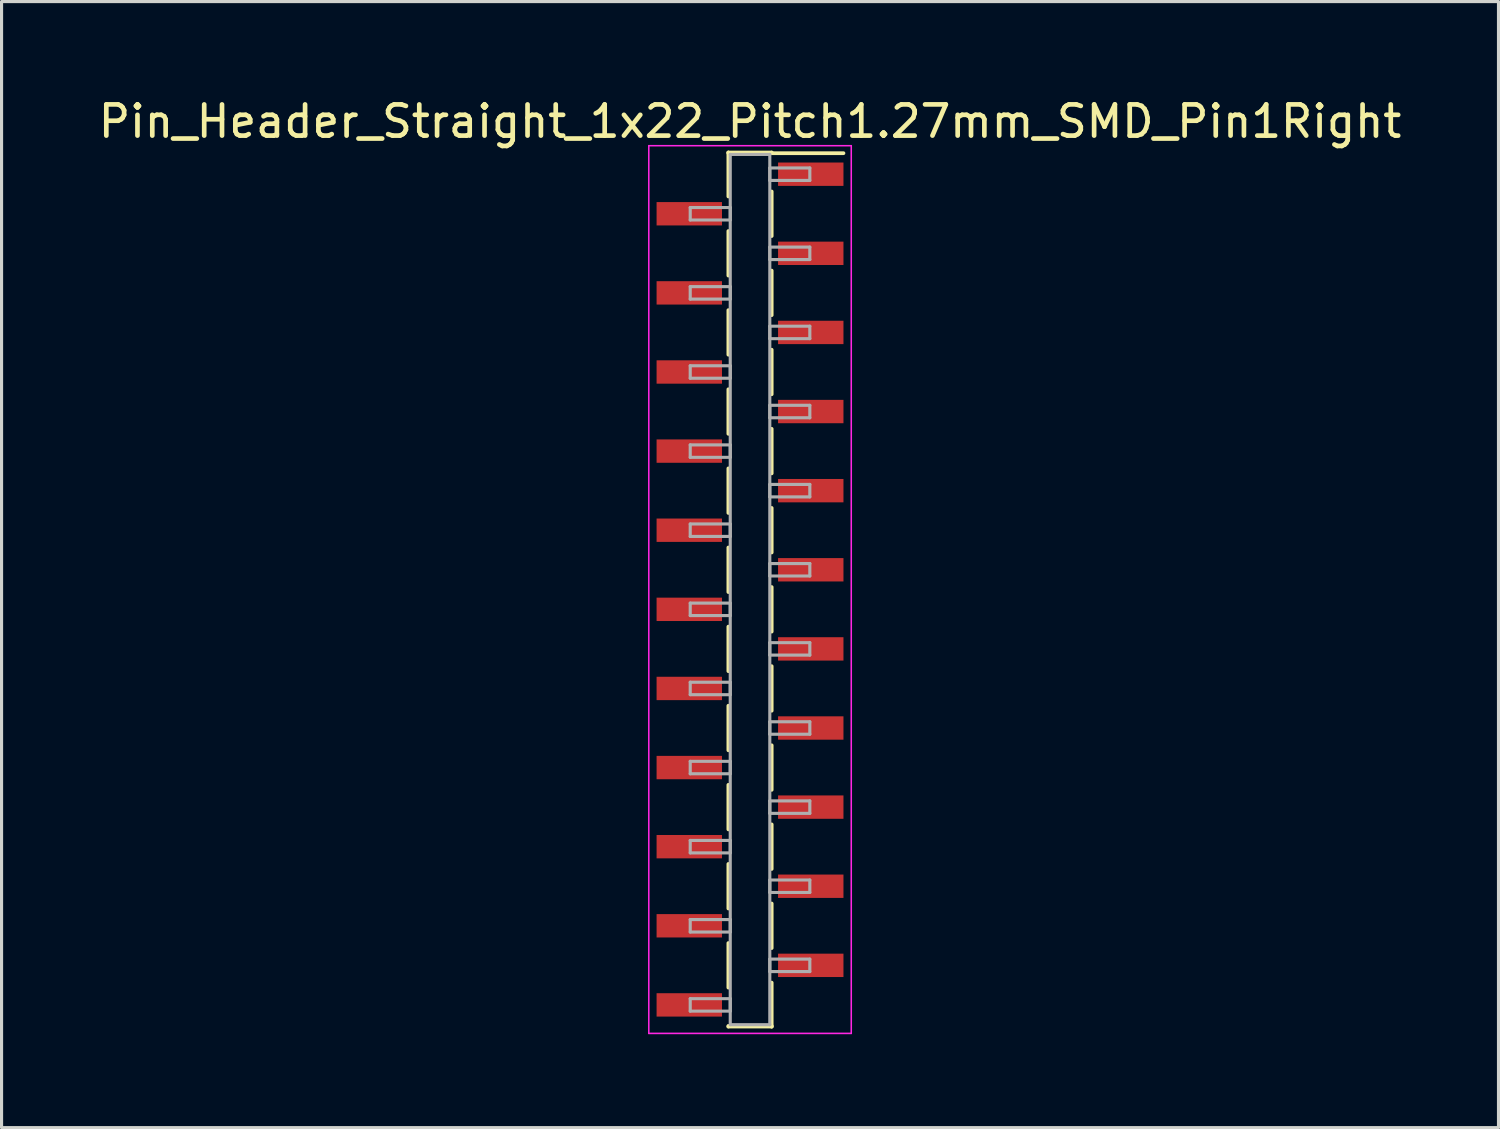
<source format=kicad_pcb>
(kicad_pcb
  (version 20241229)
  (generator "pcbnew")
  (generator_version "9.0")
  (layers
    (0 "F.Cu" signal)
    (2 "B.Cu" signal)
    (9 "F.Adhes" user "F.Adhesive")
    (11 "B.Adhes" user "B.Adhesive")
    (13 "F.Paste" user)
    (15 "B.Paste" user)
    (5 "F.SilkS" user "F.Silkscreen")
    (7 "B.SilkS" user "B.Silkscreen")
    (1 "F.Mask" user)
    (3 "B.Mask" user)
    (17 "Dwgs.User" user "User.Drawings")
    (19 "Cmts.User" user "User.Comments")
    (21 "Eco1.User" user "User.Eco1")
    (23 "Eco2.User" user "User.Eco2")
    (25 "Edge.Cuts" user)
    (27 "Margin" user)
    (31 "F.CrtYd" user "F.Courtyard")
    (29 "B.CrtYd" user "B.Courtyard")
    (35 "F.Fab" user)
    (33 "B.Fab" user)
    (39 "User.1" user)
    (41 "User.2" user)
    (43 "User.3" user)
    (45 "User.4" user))
  (footprint "Pin_Header_Straight_1x22_Pitch1.27mm_SMD_Pin1Right"
    (layer "F.Cu")
    (at 21.03 15.878)
    (property "Reference" "Pin_Header_Straight_1x22_Pitch1.27mm_SMD_Pin1Right" (at 0 -15.03 0) (layer "F.SilkS") (effects (font (size 1 1) (thickness 0.15))))
    (attr smd)
    (fp_line (start -0.695 -14.03) (end -0.695 -12.62) (stroke (width 0.12) (type solid)) (layer "F.SilkS"))
    (fp_line (start -0.695 -14.03) (end 0.695 -14.03) (stroke (width 0.12) (type solid)) (layer "F.SilkS"))
    (fp_line (start -0.695 -14.01) (end -0.695 -14.03) (stroke (width 0.12) (type solid)) (layer "F.SilkS"))
    (fp_line (start -0.695 -11.51) (end -0.695 -10.08) (stroke (width 0.12) (type solid)) (layer "F.SilkS"))
    (fp_line (start -0.695 -8.97) (end -0.695 -7.54) (stroke (width 0.12) (type solid)) (layer "F.SilkS"))
    (fp_line (start -0.695 -6.43) (end -0.695 -5) (stroke (width 0.12) (type solid)) (layer "F.SilkS"))
    (fp_line (start -0.695 -3.89) (end -0.695 -2.46) (stroke (width 0.12) (type solid)) (layer "F.SilkS"))
    (fp_line (start -0.695 -1.35) (end -0.695 0.08) (stroke (width 0.12) (type solid)) (layer "F.SilkS"))
    (fp_line (start -0.695 1.19) (end -0.695 2.62) (stroke (width 0.12) (type solid)) (layer "F.SilkS"))
    (fp_line (start -0.695 3.73) (end -0.695 5.16) (stroke (width 0.12) (type solid)) (layer "F.SilkS"))
    (fp_line (start -0.695 6.27) (end -0.695 7.7) (stroke (width 0.12) (type solid)) (layer "F.SilkS"))
    (fp_line (start -0.695 8.81) (end -0.695 10.24) (stroke (width 0.12) (type solid)) (layer "F.SilkS"))
    (fp_line (start -0.695 11.35) (end -0.695 12.78) (stroke (width 0.12) (type solid)) (layer "F.SilkS"))
    (fp_line (start -0.695 14.01) (end -0.695 14.03) (stroke (width 0.12) (type solid)) (layer "F.SilkS"))
    (fp_line (start -0.695 14.03) (end 0.695 14.03) (stroke (width 0.12) (type solid)) (layer "F.SilkS"))
    (fp_line (start 0.695 -14.03) (end 0.695 -14.01) (stroke (width 0.12) (type solid)) (layer "F.SilkS"))
    (fp_line (start 0.695 -14.01) (end 3 -14.01) (stroke (width 0.12) (type solid)) (layer "F.SilkS"))
    (fp_line (start 0.695 -12.78) (end 0.695 -11.35) (stroke (width 0.12) (type solid)) (layer "F.SilkS"))
    (fp_line (start 0.695 -10.24) (end 0.695 -8.81) (stroke (width 0.12) (type solid)) (layer "F.SilkS"))
    (fp_line (start 0.695 -7.7) (end 0.695 -6.27) (stroke (width 0.12) (type solid)) (layer "F.SilkS"))
    (fp_line (start 0.695 -5.16) (end 0.695 -3.73) (stroke (width 0.12) (type solid)) (layer "F.SilkS"))
    (fp_line (start 0.695 -2.62) (end 0.695 -1.19) (stroke (width 0.12) (type solid)) (layer "F.SilkS"))
    (fp_line (start 0.695 -0.08) (end 0.695 1.35) (stroke (width 0.12) (type solid)) (layer "F.SilkS"))
    (fp_line (start 0.695 2.46) (end 0.695 3.89) (stroke (width 0.12) (type solid)) (layer "F.SilkS"))
    (fp_line (start 0.695 5) (end 0.695 6.43) (stroke (width 0.12) (type solid)) (layer "F.SilkS"))
    (fp_line (start 0.695 7.54) (end 0.695 8.97) (stroke (width 0.12) (type solid)) (layer "F.SilkS"))
    (fp_line (start 0.695 10.08) (end 0.695 11.51) (stroke (width 0.12) (type solid)) (layer "F.SilkS"))
    (fp_line (start 0.695 12.62) (end 0.695 14.03) (stroke (width 0.12) (type solid)) (layer "F.SilkS"))
    (fp_line (start 0.695 14.03) (end 0.695 14.01) (stroke (width 0.12) (type solid)) (layer "F.SilkS"))
    (fp_line (start -3.25 -14.25) (end -3.25 14.25) (stroke (width 0.05) (type solid)) (layer "F.CrtYd"))
    (fp_line (start -3.25 14.25) (end 3.25 14.25) (stroke (width 0.05) (type solid)) (layer "F.CrtYd"))
    (fp_line (start 3.25 -14.25) (end -3.25 -14.25) (stroke (width 0.05) (type solid)) (layer "F.CrtYd"))
    (fp_line (start 3.25 14.25) (end 3.25 -14.25) (stroke (width 0.05) (type solid)) (layer "F.CrtYd"))
    (fp_line (start -1.92 -12.265) (end -0.635 -12.265) (stroke (width 0.1) (type solid)) (layer "F.Fab"))
    (fp_line (start -1.92 -11.865) (end -1.92 -12.265) (stroke (width 0.1) (type solid)) (layer "F.Fab"))
    (fp_line (start -1.92 -9.725) (end -0.635 -9.725) (stroke (width 0.1) (type solid)) (layer "F.Fab"))
    (fp_line (start -1.92 -9.325) (end -1.92 -9.725) (stroke (width 0.1) (type solid)) (layer "F.Fab"))
    (fp_line (start -1.92 -7.185) (end -0.635 -7.185) (stroke (width 0.1) (type solid)) (layer "F.Fab"))
    (fp_line (start -1.92 -6.785) (end -1.92 -7.185) (stroke (width 0.1) (type solid)) (layer "F.Fab"))
    (fp_line (start -1.92 -4.645) (end -0.635 -4.645) (stroke (width 0.1) (type solid)) (layer "F.Fab"))
    (fp_line (start -1.92 -4.245) (end -1.92 -4.645) (stroke (width 0.1) (type solid)) (layer "F.Fab"))
    (fp_line (start -1.92 -2.105) (end -0.635 -2.105) (stroke (width 0.1) (type solid)) (layer "F.Fab"))
    (fp_line (start -1.92 -1.705) (end -1.92 -2.105) (stroke (width 0.1) (type solid)) (layer "F.Fab"))
    (fp_line (start -1.92 0.435) (end -0.635 0.435) (stroke (width 0.1) (type solid)) (layer "F.Fab"))
    (fp_line (start -1.92 0.835) (end -1.92 0.435) (stroke (width 0.1) (type solid)) (layer "F.Fab"))
    (fp_line (start -1.92 2.975) (end -0.635 2.975) (stroke (width 0.1) (type solid)) (layer "F.Fab"))
    (fp_line (start -1.92 3.375) (end -1.92 2.975) (stroke (width 0.1) (type solid)) (layer "F.Fab"))
    (fp_line (start -1.92 5.515) (end -0.635 5.515) (stroke (width 0.1) (type solid)) (layer "F.Fab"))
    (fp_line (start -1.92 5.915) (end -1.92 5.515) (stroke (width 0.1) (type solid)) (layer "F.Fab"))
    (fp_line (start -1.92 8.055) (end -0.635 8.055) (stroke (width 0.1) (type solid)) (layer "F.Fab"))
    (fp_line (start -1.92 8.455) (end -1.92 8.055) (stroke (width 0.1) (type solid)) (layer "F.Fab"))
    (fp_line (start -1.92 10.595) (end -0.635 10.595) (stroke (width 0.1) (type solid)) (layer "F.Fab"))
    (fp_line (start -1.92 10.995) (end -1.92 10.595) (stroke (width 0.1) (type solid)) (layer "F.Fab"))
    (fp_line (start -1.92 13.135) (end -0.635 13.135) (stroke (width 0.1) (type solid)) (layer "F.Fab"))
    (fp_line (start -1.92 13.535) (end -1.92 13.135) (stroke (width 0.1) (type solid)) (layer "F.Fab"))
    (fp_line (start -0.635 -13.97) (end -0.635 13.97) (stroke (width 0.1) (type solid)) (layer "F.Fab"))
    (fp_line (start -0.635 -12.265) (end -0.635 -11.865) (stroke (width 0.1) (type solid)) (layer "F.Fab"))
    (fp_line (start -0.635 -11.865) (end -1.92 -11.865) (stroke (width 0.1) (type solid)) (layer "F.Fab"))
    (fp_line (start -0.635 -9.725) (end -0.635 -9.325) (stroke (width 0.1) (type solid)) (layer "F.Fab"))
    (fp_line (start -0.635 -9.325) (end -1.92 -9.325) (stroke (width 0.1) (type solid)) (layer "F.Fab"))
    (fp_line (start -0.635 -7.185) (end -0.635 -6.785) (stroke (width 0.1) (type solid)) (layer "F.Fab"))
    (fp_line (start -0.635 -6.785) (end -1.92 -6.785) (stroke (width 0.1) (type solid)) (layer "F.Fab"))
    (fp_line (start -0.635 -4.645) (end -0.635 -4.245) (stroke (width 0.1) (type solid)) (layer "F.Fab"))
    (fp_line (start -0.635 -4.245) (end -1.92 -4.245) (stroke (width 0.1) (type solid)) (layer "F.Fab"))
    (fp_line (start -0.635 -2.105) (end -0.635 -1.705) (stroke (width 0.1) (type solid)) (layer "F.Fab"))
    (fp_line (start -0.635 -1.705) (end -1.92 -1.705) (stroke (width 0.1) (type solid)) (layer "F.Fab"))
    (fp_line (start -0.635 0.435) (end -0.635 0.835) (stroke (width 0.1) (type solid)) (layer "F.Fab"))
    (fp_line (start -0.635 0.835) (end -1.92 0.835) (stroke (width 0.1) (type solid)) (layer "F.Fab"))
    (fp_line (start -0.635 2.975) (end -0.635 3.375) (stroke (width 0.1) (type solid)) (layer "F.Fab"))
    (fp_line (start -0.635 3.375) (end -1.92 3.375) (stroke (width 0.1) (type solid)) (layer "F.Fab"))
    (fp_line (start -0.635 5.515) (end -0.635 5.915) (stroke (width 0.1) (type solid)) (layer "F.Fab"))
    (fp_line (start -0.635 5.915) (end -1.92 5.915) (stroke (width 0.1) (type solid)) (layer "F.Fab"))
    (fp_line (start -0.635 8.055) (end -0.635 8.455) (stroke (width 0.1) (type solid)) (layer "F.Fab"))
    (fp_line (start -0.635 8.455) (end -1.92 8.455) (stroke (width 0.1) (type solid)) (layer "F.Fab"))
    (fp_line (start -0.635 10.595) (end -0.635 10.995) (stroke (width 0.1) (type solid)) (layer "F.Fab"))
    (fp_line (start -0.635 10.995) (end -1.92 10.995) (stroke (width 0.1) (type solid)) (layer "F.Fab"))
    (fp_line (start -0.635 13.135) (end -0.635 13.535) (stroke (width 0.1) (type solid)) (layer "F.Fab"))
    (fp_line (start -0.635 13.535) (end -1.92 13.535) (stroke (width 0.1) (type solid)) (layer "F.Fab"))
    (fp_line (start -0.635 13.97) (end 0.635 13.97) (stroke (width 0.1) (type solid)) (layer "F.Fab"))
    (fp_line (start 0.635 -13.97) (end -0.635 -13.97) (stroke (width 0.1) (type solid)) (layer "F.Fab"))
    (fp_line (start 0.635 -13.535) (end 0.635 -13.135) (stroke (width 0.1) (type solid)) (layer "F.Fab"))
    (fp_line (start 0.635 -13.135) (end 1.92 -13.135) (stroke (width 0.1) (type solid)) (layer "F.Fab"))
    (fp_line (start 0.635 -10.995) (end 0.635 -10.595) (stroke (width 0.1) (type solid)) (layer "F.Fab"))
    (fp_line (start 0.635 -10.595) (end 1.92 -10.595) (stroke (width 0.1) (type solid)) (layer "F.Fab"))
    (fp_line (start 0.635 -8.455) (end 0.635 -8.055) (stroke (width 0.1) (type solid)) (layer "F.Fab"))
    (fp_line (start 0.635 -8.055) (end 1.92 -8.055) (stroke (width 0.1) (type solid)) (layer "F.Fab"))
    (fp_line (start 0.635 -5.915) (end 0.635 -5.515) (stroke (width 0.1) (type solid)) (layer "F.Fab"))
    (fp_line (start 0.635 -5.515) (end 1.92 -5.515) (stroke (width 0.1) (type solid)) (layer "F.Fab"))
    (fp_line (start 0.635 -3.375) (end 0.635 -2.975) (stroke (width 0.1) (type solid)) (layer "F.Fab"))
    (fp_line (start 0.635 -2.975) (end 1.92 -2.975) (stroke (width 0.1) (type solid)) (layer "F.Fab"))
    (fp_line (start 0.635 -0.835) (end 0.635 -0.435) (stroke (width 0.1) (type solid)) (layer "F.Fab"))
    (fp_line (start 0.635 -0.435) (end 1.92 -0.435) (stroke (width 0.1) (type solid)) (layer "F.Fab"))
    (fp_line (start 0.635 1.705) (end 0.635 2.105) (stroke (width 0.1) (type solid)) (layer "F.Fab"))
    (fp_line (start 0.635 2.105) (end 1.92 2.105) (stroke (width 0.1) (type solid)) (layer "F.Fab"))
    (fp_line (start 0.635 4.245) (end 0.635 4.645) (stroke (width 0.1) (type solid)) (layer "F.Fab"))
    (fp_line (start 0.635 4.645) (end 1.92 4.645) (stroke (width 0.1) (type solid)) (layer "F.Fab"))
    (fp_line (start 0.635 6.785) (end 0.635 7.185) (stroke (width 0.1) (type solid)) (layer "F.Fab"))
    (fp_line (start 0.635 7.185) (end 1.92 7.185) (stroke (width 0.1) (type solid)) (layer "F.Fab"))
    (fp_line (start 0.635 9.325) (end 0.635 9.725) (stroke (width 0.1) (type solid)) (layer "F.Fab"))
    (fp_line (start 0.635 9.725) (end 1.92 9.725) (stroke (width 0.1) (type solid)) (layer "F.Fab"))
    (fp_line (start 0.635 11.865) (end 0.635 12.265) (stroke (width 0.1) (type solid)) (layer "F.Fab"))
    (fp_line (start 0.635 12.265) (end 1.92 12.265) (stroke (width 0.1) (type solid)) (layer "F.Fab"))
    (fp_line (start 0.635 13.97) (end 0.635 -13.97) (stroke (width 0.1) (type solid)) (layer "F.Fab"))
    (fp_line (start 1.92 -13.535) (end 0.635 -13.535) (stroke (width 0.1) (type solid)) (layer "F.Fab"))
    (fp_line (start 1.92 -13.135) (end 1.92 -13.535) (stroke (width 0.1) (type solid)) (layer "F.Fab"))
    (fp_line (start 1.92 -10.995) (end 0.635 -10.995) (stroke (width 0.1) (type solid)) (layer "F.Fab"))
    (fp_line (start 1.92 -10.595) (end 1.92 -10.995) (stroke (width 0.1) (type solid)) (layer "F.Fab"))
    (fp_line (start 1.92 -8.455) (end 0.635 -8.455) (stroke (width 0.1) (type solid)) (layer "F.Fab"))
    (fp_line (start 1.92 -8.055) (end 1.92 -8.455) (stroke (width 0.1) (type solid)) (layer "F.Fab"))
    (fp_line (start 1.92 -5.915) (end 0.635 -5.915) (stroke (width 0.1) (type solid)) (layer "F.Fab"))
    (fp_line (start 1.92 -5.515) (end 1.92 -5.915) (stroke (width 0.1) (type solid)) (layer "F.Fab"))
    (fp_line (start 1.92 -3.375) (end 0.635 -3.375) (stroke (width 0.1) (type solid)) (layer "F.Fab"))
    (fp_line (start 1.92 -2.975) (end 1.92 -3.375) (stroke (width 0.1) (type solid)) (layer "F.Fab"))
    (fp_line (start 1.92 -0.835) (end 0.635 -0.835) (stroke (width 0.1) (type solid)) (layer "F.Fab"))
    (fp_line (start 1.92 -0.435) (end 1.92 -0.835) (stroke (width 0.1) (type solid)) (layer "F.Fab"))
    (fp_line (start 1.92 1.705) (end 0.635 1.705) (stroke (width 0.1) (type solid)) (layer "F.Fab"))
    (fp_line (start 1.92 2.105) (end 1.92 1.705) (stroke (width 0.1) (type solid)) (layer "F.Fab"))
    (fp_line (start 1.92 4.245) (end 0.635 4.245) (stroke (width 0.1) (type solid)) (layer "F.Fab"))
    (fp_line (start 1.92 4.645) (end 1.92 4.245) (stroke (width 0.1) (type solid)) (layer "F.Fab"))
    (fp_line (start 1.92 6.785) (end 0.635 6.785) (stroke (width 0.1) (type solid)) (layer "F.Fab"))
    (fp_line (start 1.92 7.185) (end 1.92 6.785) (stroke (width 0.1) (type solid)) (layer "F.Fab"))
    (fp_line (start 1.92 9.325) (end 0.635 9.325) (stroke (width 0.1) (type solid)) (layer "F.Fab"))
    (fp_line (start 1.92 9.725) (end 1.92 9.325) (stroke (width 0.1) (type solid)) (layer "F.Fab"))
    (fp_line (start 1.92 11.865) (end 0.635 11.865) (stroke (width 0.1) (type solid)) (layer "F.Fab"))
    (fp_line (start 1.92 12.265) (end 1.92 11.865) (stroke (width 0.1) (type solid)) (layer "F.Fab"))
    (pad "1" smd rect (at 1.95 -13.335) (size 2.1 0.75) (layers "F.Cu" "F.Mask"))
    (pad "2" smd rect (at -1.95 -12.065) (size 2.1 0.75) (layers "F.Cu" "F.Mask"))
    (pad "3" smd rect (at 1.95 -10.795) (size 2.1 0.75) (layers "F.Cu" "F.Mask"))
    (pad "4" smd rect (at -1.95 -9.525) (size 2.1 0.75) (layers "F.Cu" "F.Mask"))
    (pad "5" smd rect (at 1.95 -8.255) (size 2.1 0.75) (layers "F.Cu" "F.Mask"))
    (pad "6" smd rect (at -1.95 -6.985) (size 2.1 0.75) (layers "F.Cu" "F.Mask"))
    (pad "7" smd rect (at 1.95 -5.715) (size 2.1 0.75) (layers "F.Cu" "F.Mask"))
    (pad "8" smd rect (at -1.95 -4.445) (size 2.1 0.75) (layers "F.Cu" "F.Mask"))
    (pad "9" smd rect (at 1.95 -3.175) (size 2.1 0.75) (layers "F.Cu" "F.Mask"))
    (pad "10" smd rect (at -1.95 -1.905) (size 2.1 0.75) (layers "F.Cu" "F.Mask"))
    (pad "11" smd rect (at 1.95 -0.635) (size 2.1 0.75) (layers "F.Cu" "F.Mask"))
    (pad "12" smd rect (at -1.95 0.635) (size 2.1 0.75) (layers "F.Cu" "F.Mask"))
    (pad "13" smd rect (at 1.95 1.905) (size 2.1 0.75) (layers "F.Cu" "F.Mask"))
    (pad "14" smd rect (at -1.95 3.175) (size 2.1 0.75) (layers "F.Cu" "F.Mask"))
    (pad "15" smd rect (at 1.95 4.445) (size 2.1 0.75) (layers "F.Cu" "F.Mask"))
    (pad "16" smd rect (at -1.95 5.715) (size 2.1 0.75) (layers "F.Cu" "F.Mask"))
    (pad "17" smd rect (at 1.95 6.985) (size 2.1 0.75) (layers "F.Cu" "F.Mask"))
    (pad "18" smd rect (at -1.95 8.255) (size 2.1 0.75) (layers "F.Cu" "F.Mask"))
    (pad "19" smd rect (at 1.95 9.525) (size 2.1 0.75) (layers "F.Cu" "F.Mask"))
    (pad "20" smd rect (at -1.95 10.795) (size 2.1 0.75) (layers "F.Cu" "F.Mask"))
    (pad "21" smd rect (at 1.95 12.065) (size 2.1 0.75) (layers "F.Cu" "F.Mask"))
    (pad "22" smd rect (at -1.95 13.335) (size 2.1 0.75) (layers "F.Cu" "F.Mask")))
  (gr_rect
    (start -3 -3)
    (end 45.06 33.153)
    (stroke (width 0.1) (type default))
    (fill no)
    (layer "Edge.Cuts")))
</source>
